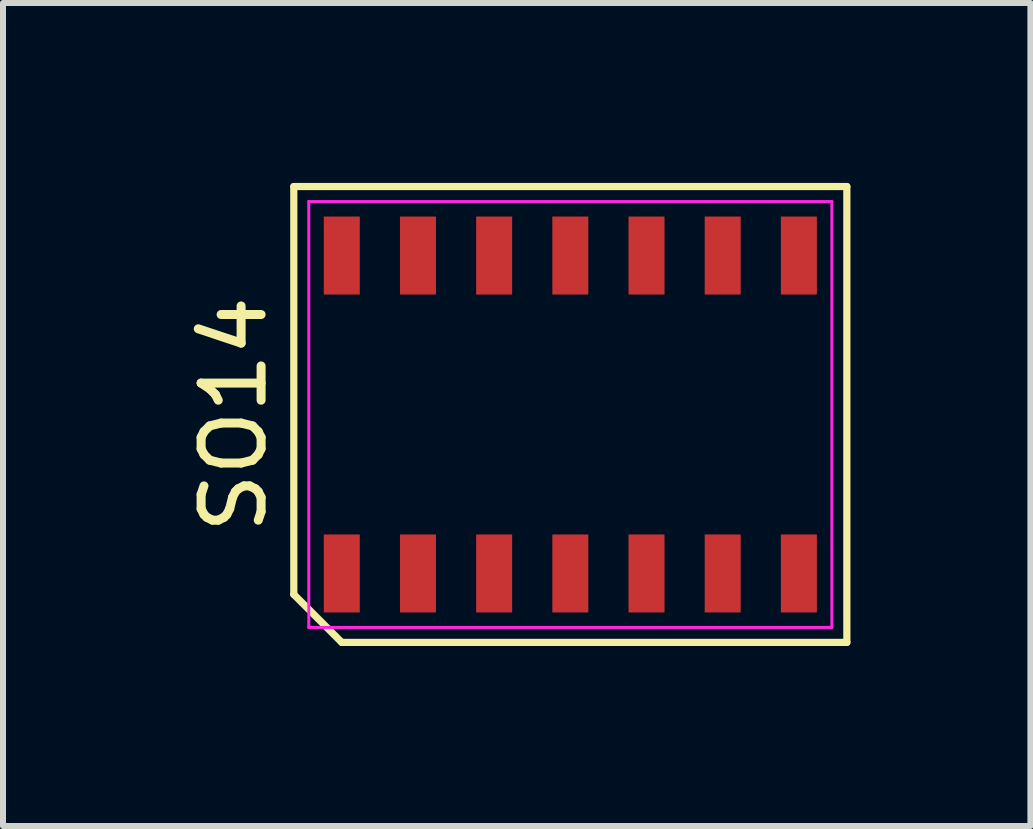
<source format=kicad_pcb>
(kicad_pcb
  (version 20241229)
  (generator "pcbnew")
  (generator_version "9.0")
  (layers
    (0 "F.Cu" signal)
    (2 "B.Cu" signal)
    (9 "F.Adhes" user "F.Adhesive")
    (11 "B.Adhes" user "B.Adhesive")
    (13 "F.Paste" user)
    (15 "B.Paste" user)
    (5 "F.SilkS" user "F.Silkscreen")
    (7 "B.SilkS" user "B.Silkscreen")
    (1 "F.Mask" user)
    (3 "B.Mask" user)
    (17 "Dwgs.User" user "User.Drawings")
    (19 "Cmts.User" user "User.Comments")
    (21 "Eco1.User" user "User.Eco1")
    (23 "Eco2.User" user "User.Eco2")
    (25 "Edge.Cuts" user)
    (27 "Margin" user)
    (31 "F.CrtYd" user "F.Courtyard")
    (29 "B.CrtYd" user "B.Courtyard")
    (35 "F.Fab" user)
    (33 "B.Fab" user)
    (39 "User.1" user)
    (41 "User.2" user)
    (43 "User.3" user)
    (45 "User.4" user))
  (footprint "SO14"
    (layer "F.Cu")
    (at 6.458 3.86)
    (property "Reference" "SO14" (at -5.61 0 90) (layer "F.SilkS") (effects (font (size 1 1) (thickness 0.15))))
    (attr smd)
    (fp_line (start -4.61 -3.8) (end 4.61 -3.8) (stroke (width 0.12) (type solid)) (layer "F.SilkS"))
    (fp_line (start -4.61 3) (end -4.61 -3.8) (stroke (width 0.12) (type solid)) (layer "F.SilkS"))
    (fp_line (start -3.81 3.8) (end -4.61 3) (stroke (width 0.12) (type solid)) (layer "F.SilkS"))
    (fp_line (start 4.61 -3.8) (end 4.61 3.8) (stroke (width 0.12) (type solid)) (layer "F.SilkS"))
    (fp_line (start 4.61 3.8) (end -3.81 3.8) (stroke (width 0.12) (type solid)) (layer "F.SilkS"))
    (fp_line (start -4.36 -3.55) (end 4.36 -3.55) (stroke (width 0.05) (type solid)) (layer "F.CrtYd"))
    (fp_line (start -4.36 3.55) (end -4.36 -3.55) (stroke (width 0.05) (type solid)) (layer "F.CrtYd"))
    (fp_line (start 4.36 -3.55) (end 4.36 3.55) (stroke (width 0.05) (type solid)) (layer "F.CrtYd"))
    (fp_line (start 4.36 3.55) (end -4.36 3.55) (stroke (width 0.05) (type solid)) (layer "F.CrtYd"))
    (pad "1" smd rect (at -3.81 2.65) (size 0.6 1.3) (layers "F.Cu" "F.Mask" "F.Paste"))
    (pad "2" smd rect (at -2.54 2.65) (size 0.6 1.3) (layers "F.Cu" "F.Mask" "F.Paste"))
    (pad "3" smd rect (at -1.27 2.65) (size 0.6 1.3) (layers "F.Cu" "F.Mask" "F.Paste"))
    (pad "4" smd rect (at 0 2.65) (size 0.6 1.3) (layers "F.Cu" "F.Mask" "F.Paste"))
    (pad "5" smd rect (at 1.27 2.65) (size 0.6 1.3) (layers "F.Cu" "F.Mask" "F.Paste"))
    (pad "6" smd rect (at 2.54 2.65) (size 0.6 1.3) (layers "F.Cu" "F.Mask" "F.Paste"))
    (pad "7" smd rect (at 3.81 2.65) (size 0.6 1.3) (layers "F.Cu" "F.Mask" "F.Paste"))
    (pad "8" smd rect (at 3.81 -2.65) (size 0.6 1.3) (layers "F.Cu" "F.Mask" "F.Paste"))
    (pad "9" smd rect (at 2.54 -2.65) (size 0.6 1.3) (layers "F.Cu" "F.Mask" "F.Paste"))
    (pad "10" smd rect (at 1.27 -2.65) (size 0.6 1.3) (layers "F.Cu" "F.Mask" "F.Paste"))
    (pad "11" smd rect (at 0 -2.65) (size 0.6 1.3) (layers "F.Cu" "F.Mask" "F.Paste"))
    (pad "12" smd rect (at -1.27 -2.65) (size 0.6 1.3) (layers "F.Cu" "F.Mask" "F.Paste"))
    (pad "13" smd rect (at -2.54 -2.65) (size 0.6 1.3) (layers "F.Cu" "F.Mask" "F.Paste"))
    (pad "14" smd rect (at -3.81 -2.65) (size 0.6 1.3) (layers "F.Cu" "F.Mask" "F.Paste")))
  (gr_rect
    (start -3 -3)
    (end 14.128 10.72)
    (stroke (width 0.1) (type default))
    (fill no)
    (layer "Edge.Cuts")))
</source>
